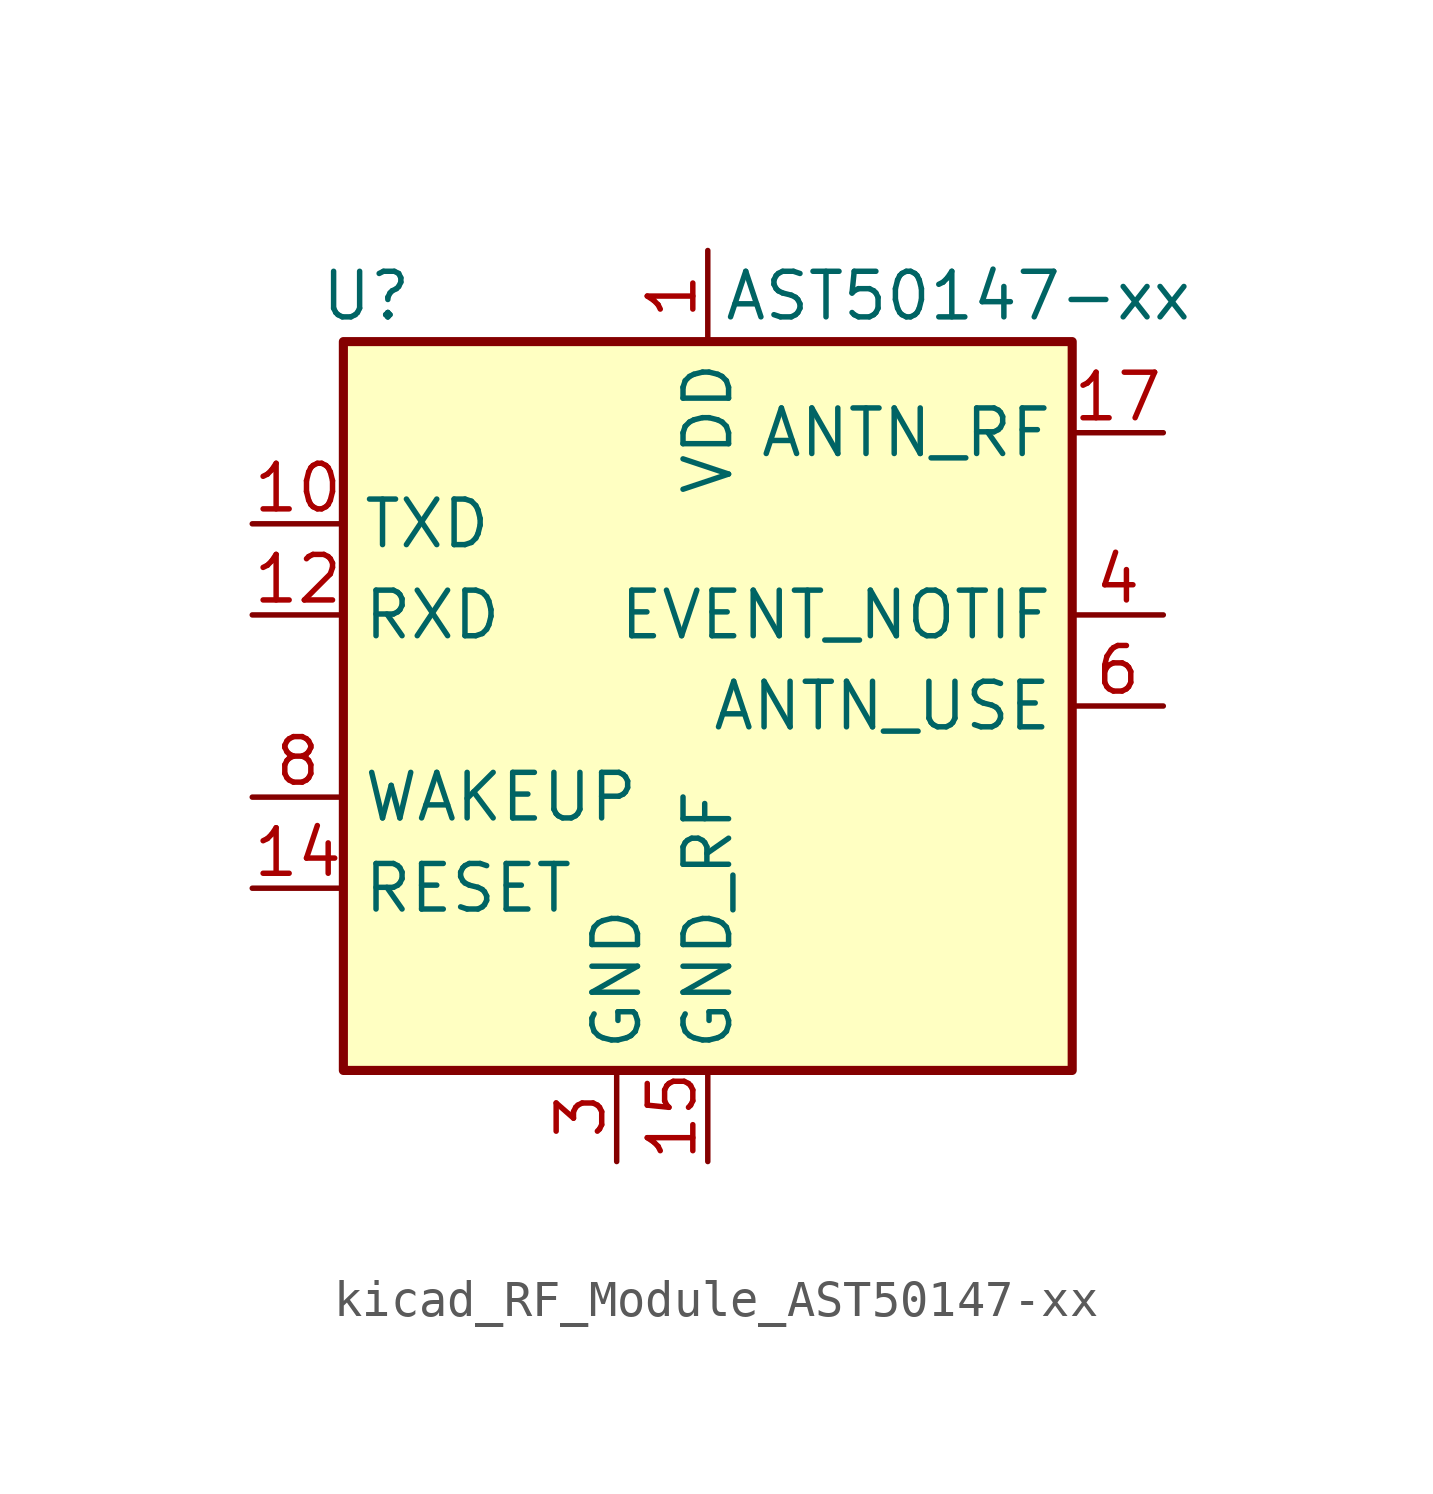
<source format=kicad_sym>
(kicad_symbol_lib
  (version 20220914)
  (generator kicad_symbol_editor)
  (symbol "kicad_RF_Module_AST50147-xx"
    (property "Reference" "U"
      (at -9.525 11.43 0)
      (effects (font (size 1.27 1.27))))
    (property "Value" "AST50147-xx"
      (at 6.985 11.43 0)
      (effects (font (size 1.27 1.27))))
    (symbol "kicad_RF_Module_AST50147-xx_0_1"
      (rectangle (start -10.16 10.16) (end 10.16 -10.16) (stroke (width 0.254) (type default)) (fill (type background))))
    (symbol "kicad_RF_Module_AST50147-xx_1_1"
      (pin power_in line (at 0 12.7 270) (length 2.54) (name "VDD" (effects (font (size 1.27 1.27)))) (number "1" (effects (font (size 1.27 1.27)))))
      (pin output line (at -12.7 5.08 0) (length 2.54) (name "TXD" (effects (font (size 1.27 1.27)))) (number "10" (effects (font (size 1.27 1.27)))))
      (pin passive line (at -2.54 -12.7 90) (length 2.54) hide (name "GND" (effects (font (size 1.27 1.27)))) (number "11" (effects (font (size 1.27 1.27)))))
      (pin input line (at -12.7 2.54 0) (length 2.54) (name "RXD" (effects (font (size 1.27 1.27)))) (number "12" (effects (font (size 1.27 1.27)))))
      (pin passive line (at -2.54 -12.7 90) (length 2.54) hide (name "GND" (effects (font (size 1.27 1.27)))) (number "13" (effects (font (size 1.27 1.27)))))
      (pin input line (at -12.7 -5.08 0) (length 2.54) (name "RESET" (effects (font (size 1.27 1.27)))) (number "14" (effects (font (size 1.27 1.27)))))
      (pin power_in line (at 0 -12.7 90) (length 2.54) (name "GND_RF" (effects (font (size 1.27 1.27)))) (number "15" (effects (font (size 1.27 1.27)))))
      (pin passive line (at 0 -12.7 90) (length 2.54) hide (name "GND_RF" (effects (font (size 1.27 1.27)))) (number "16" (effects (font (size 1.27 1.27)))))
      (pin passive line (at 12.7 7.62 180) (length 2.54) (name "ANTN_RF" (effects (font (size 1.27 1.27)))) (number "17" (effects (font (size 1.27 1.27)))))
      (pin passive line (at 0 -12.7 90) (length 2.54) hide (name "GND_RF" (effects (font (size 1.27 1.27)))) (number "18" (effects (font (size 1.27 1.27)))))
      (pin passive line (at 0 -12.7 90) (length 2.54) hide (name "GND_RF" (effects (font (size 1.27 1.27)))) (number "19" (effects (font (size 1.27 1.27)))))
      (pin passive line (at 0 12.7 270) (length 2.54) hide (name "VDD" (effects (font (size 1.27 1.27)))) (number "2" (effects (font (size 1.27 1.27)))))
      (pin no_connect line (at -7.62 10.16 270) (length 2.54) hide (name "RSVD" (effects (font (size 1.27 1.27)))) (number "20" (effects (font (size 1.27 1.27)))))
      (pin no_connect line (at -5.08 10.16 270) (length 2.54) hide (name "RSVD" (effects (font (size 1.27 1.27)))) (number "21" (effects (font (size 1.27 1.27)))))
      (pin no_connect line (at -2.54 10.16 270) (length 2.54) hide (name "RSVD" (effects (font (size 1.27 1.27)))) (number "22" (effects (font (size 1.27 1.27)))))
      (pin passive line (at -2.54 -12.7 90) (length 2.54) hide (name "GND" (effects (font (size 1.27 1.27)))) (number "23" (effects (font (size 1.27 1.27)))))
      (pin no_connect line (at -10.16 0 0) (length 2.54) hide (name "N.C." (effects (font (size 1.27 1.27)))) (number "24" (effects (font (size 1.27 1.27)))))
      (pin passive line (at -2.54 -12.7 90) (length 2.54) hide (name "GND" (effects (font (size 1.27 1.27)))) (number "25" (effects (font (size 1.27 1.27)))))
      (pin no_connect line (at 2.54 -10.16 90) (length 2.54) hide (name "N.C." (effects (font (size 1.27 1.27)))) (number "26" (effects (font (size 1.27 1.27)))))
      (pin passive line (at -2.54 -12.7 90) (length 2.54) hide (name "GND" (effects (font (size 1.27 1.27)))) (number "27" (effects (font (size 1.27 1.27)))))
      (pin no_connect line (at 5.08 -10.16 90) (length 2.54) hide (name "N.C." (effects (font (size 1.27 1.27)))) (number "28" (effects (font (size 1.27 1.27)))))
      (pin passive line (at -2.54 -12.7 90) (length 2.54) hide (name "GND" (effects (font (size 1.27 1.27)))) (number "29" (effects (font (size 1.27 1.27)))))
      (pin power_in line (at -2.54 -12.7 90) (length 2.54) (name "GND" (effects (font (size 1.27 1.27)))) (number "3" (effects (font (size 1.27 1.27)))))
      (pin no_connect line (at 7.62 -10.16 90) (length 2.54) hide (name "N.C." (effects (font (size 1.27 1.27)))) (number "30" (effects (font (size 1.27 1.27)))))
      (pin passive line (at -2.54 -12.7 90) (length 2.54) hide (name "GND" (effects (font (size 1.27 1.27)))) (number "31" (effects (font (size 1.27 1.27)))))
      (pin no_connect line (at 7.62 10.16 270) (length 2.54) hide (name "N.C." (effects (font (size 1.27 1.27)))) (number "32" (effects (font (size 1.27 1.27)))))
      (pin passive line (at -2.54 -12.7 90) (length 2.54) hide (name "GND" (effects (font (size 1.27 1.27)))) (number "33" (effects (font (size 1.27 1.27)))))
      (pin no_connect line (at -10.16 -7.62 0) (length 2.54) hide (name "N.C." (effects (font (size 1.27 1.27)))) (number "34" (effects (font (size 1.27 1.27)))))
      (pin no_connect line (at 10.16 -2.54 180) (length 2.54) hide (name "N.C." (effects (font (size 1.27 1.27)))) (number "35" (effects (font (size 1.27 1.27)))))
      (pin passive line (at -2.54 -12.7 90) (length 2.54) hide (name "GND" (effects (font (size 1.27 1.27)))) (number "36" (effects (font (size 1.27 1.27)))))
      (pin no_connect line (at 2.54 10.16 270) (length 2.54) hide (name "RSVD" (effects (font (size 1.27 1.27)))) (number "37" (effects (font (size 1.27 1.27)))))
      (pin no_connect line (at 5.08 10.16 270) (length 2.54) hide (name "RSVD" (effects (font (size 1.27 1.27)))) (number "38" (effects (font (size 1.27 1.27)))))
      (pin output line (at 12.7 2.54 180) (length 2.54) (name "EVENT_NOTIF" (effects (font (size 1.27 1.27)))) (number "4" (effects (font (size 1.27 1.27)))))
      (pin passive line (at -2.54 -12.7 90) (length 2.54) hide (name "GND" (effects (font (size 1.27 1.27)))) (number "5" (effects (font (size 1.27 1.27)))))
      (pin output line (at 12.7 0 180) (length 2.54) (name "ANTN_USE" (effects (font (size 1.27 1.27)))) (number "6" (effects (font (size 1.27 1.27)))))
      (pin passive line (at -2.54 -12.7 90) (length 2.54) hide (name "GND" (effects (font (size 1.27 1.27)))) (number "7" (effects (font (size 1.27 1.27)))))
      (pin input line (at -12.7 -2.54 0) (length 2.54) (name "WAKEUP" (effects (font (size 1.27 1.27)))) (number "8" (effects (font (size 1.27 1.27)))))
      (pin passive line (at -2.54 -12.7 90) (length 2.54) hide (name "GND" (effects (font (size 1.27 1.27)))) (number "9" (effects (font (size 1.27 1.27))))))))
</source>
